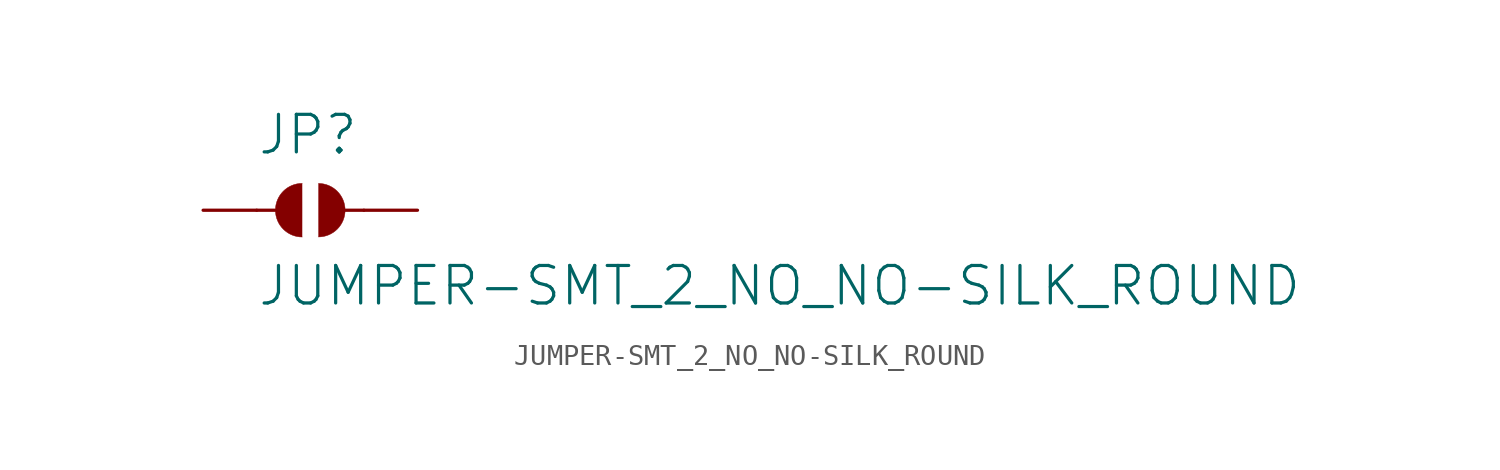
<source format=kicad_sym>
(kicad_symbol_lib
  (version 20220331)
  (generator kicad_symbol_editor)
  (symbol "JUMPER-SMT_2_NO_NO-SILK_ROUND"
    (property "Reference" "JP"
      (at -2.54 2.54 0)
      (effects (font (size 1.778 1.778)) (justify left bottom)))
    (property "Value" "JUMPER-SMT_2_NO_NO-SILK_ROUND"
      (at -2.54 -2.54 0)
      (effects (font (size 1.778 1.778)) (justify left top)))
    (property "ki_locked" ""
      (at 0 0 0)
      (effects (font (size 1.27 1.27))))
    (symbol "JUMPER-SMT_2_NO_NO-SILK_ROUND_1_0"
      (arc (start -0.381 1.2699) (mid -1.6508 0) (end -0.381 -1.2699) (stroke (width 0.0001) (type solid)) (fill (type outline)))
      (polyline (pts (xy -2.54 0) (xy -1.651 0)) (stroke (width 0.152) (type solid)) (fill (type none)))
      (polyline (pts (xy 2.54 0) (xy 1.651 0)) (stroke (width 0.152) (type solid)) (fill (type none)))
      (arc (start 0.381 -1.2699) (mid 1.6508 0) (end 0.381 1.2699) (stroke (width 0.0001) (type solid)) (fill (type outline)))
      (pin passive line (at -5.08 0 0) (length 2.54) (name "1" (effects (font (size 0 0)))) (number "1" (effects (font (size 0 0)))))
      (pin passive line (at 5.08 0 180) (length 2.54) (name "2" (effects (font (size 0 0)))) (number "2" (effects (font (size 0 0))))))))
</source>
